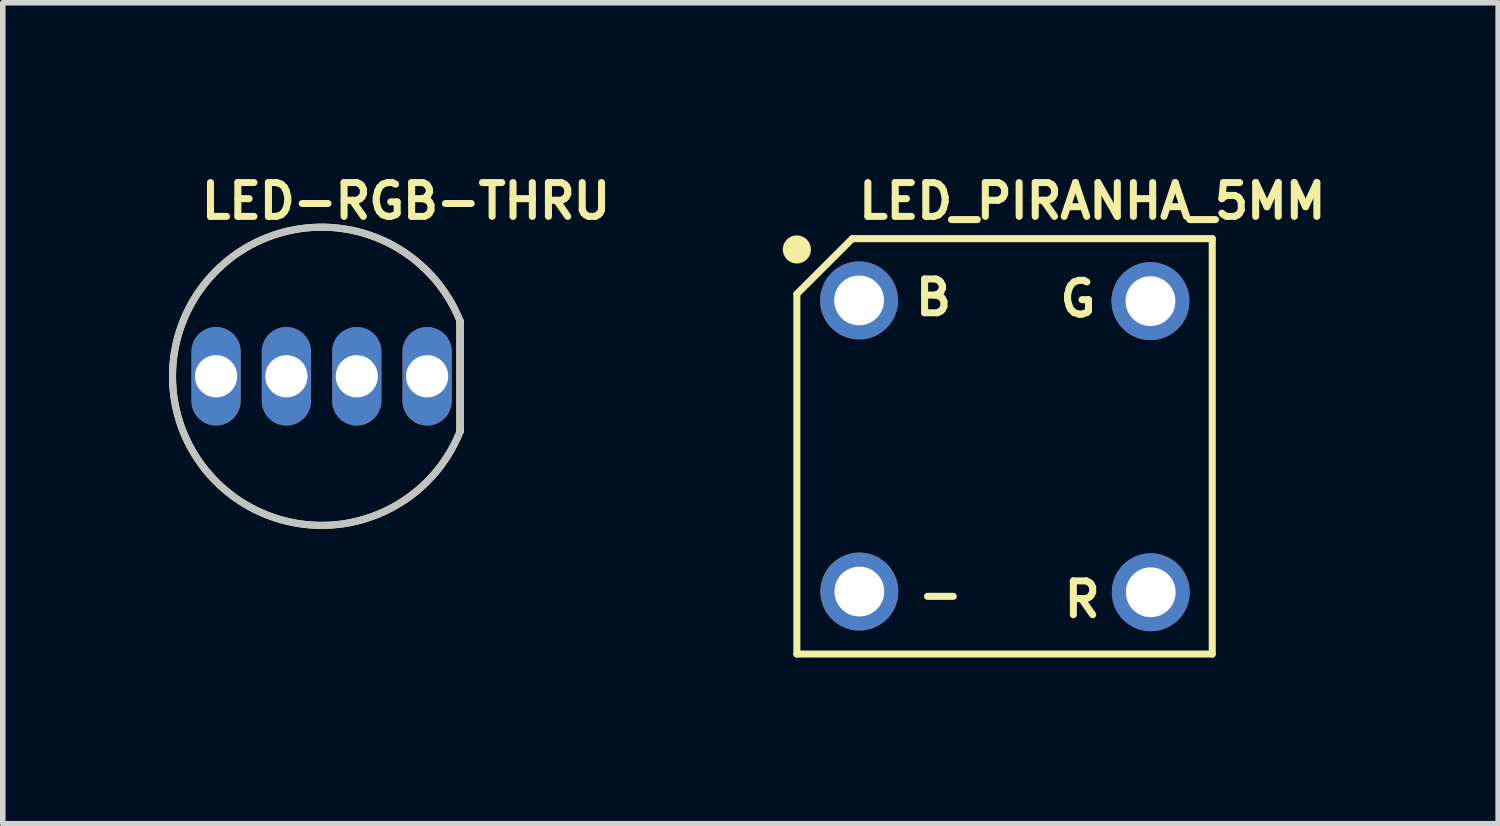
<source format=kicad_pcb>
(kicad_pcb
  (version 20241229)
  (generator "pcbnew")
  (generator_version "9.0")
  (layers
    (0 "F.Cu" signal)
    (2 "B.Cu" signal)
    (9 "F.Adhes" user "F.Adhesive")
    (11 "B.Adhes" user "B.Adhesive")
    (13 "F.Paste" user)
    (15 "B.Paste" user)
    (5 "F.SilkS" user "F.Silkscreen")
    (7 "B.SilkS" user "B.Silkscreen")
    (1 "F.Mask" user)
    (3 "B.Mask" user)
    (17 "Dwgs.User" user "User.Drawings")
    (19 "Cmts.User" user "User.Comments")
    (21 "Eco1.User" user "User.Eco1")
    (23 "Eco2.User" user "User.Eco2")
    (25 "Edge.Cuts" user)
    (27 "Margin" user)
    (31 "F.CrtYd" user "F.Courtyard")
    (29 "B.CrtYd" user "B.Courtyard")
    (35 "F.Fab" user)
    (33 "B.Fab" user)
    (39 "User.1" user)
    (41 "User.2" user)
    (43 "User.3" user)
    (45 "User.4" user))
  (footprint "LED-RGB-THRU"
    (layer "F.Cu")
    (at 2.755 3.742)
    (property "Reference" "LED-RGB-THRU" (at 1.524 -3.162 0) (layer "F.SilkS") (effects (font (size 0.61 0.61) (thickness 0.127))))
    (attr exclude_from_pos_files exclude_from_bom)
    (fp_line (start 2.499 0.998) (end 2.499 -0.998) (stroke (width 0.127) (type solid)) (layer "F.SilkS"))
    (fp_line (start 2.499 0.998) (end 2.499 -0.998) (stroke (width 0.127) (type solid)) (layer "F.SilkS"))
    (fp_arc (start 2.49936 0.99822) (mid -2.691325 0.003698) (end 2.496608 -1.005084) (stroke (width 0.127) (type solid)) (layer "F.SilkS"))
    (fp_line (start 2.499 0.998) (end 2.499 -0.998) (stroke (width 0.127) (type solid)) (layer "Dwgs.User"))
    (fp_arc (start 2.49936 0.99822) (mid -2.691325 0.003698) (end 2.496608 -1.005084) (stroke (width 0.127) (type solid)) (layer "Dwgs.User"))
    (pad "1" thru_hole oval (at 1.905 0 180) (size 0.889 1.778) (drill 0.762) (layers "*.Cu" "*.Paste" "*.Mask"))
    (pad "2" thru_hole oval (at 0.635 0 180) (size 0.889 1.778) (drill 0.762) (layers "*.Cu" "*.Paste" "*.Mask"))
    (pad "3" thru_hole oval (at -0.635 0 180) (size 0.889 1.778) (drill 0.762) (layers "*.Cu" "*.Paste" "*.Mask"))
    (pad "4" thru_hole oval (at -1.905 0 180) (size 0.889 1.778) (drill 0.762) (layers "*.Cu" "*.Paste" "*.Mask")))
  (footprint "LED_PIRANHA_5MM"
    (layer "F.Cu")
    (at 15.144 4.946)
    (property "Reference" "LED_PIRANHA_5MM" (at 1.524 -4.366 0) (layer "F.SilkS") (effects (font (size 0.61 0.61) (thickness 0.127))))
    (attr exclude_from_pos_files exclude_from_bom)
    (fp_line (start -3.81 -2.69) (end -3.81 3.81) (stroke (width 0.127) (type solid)) (layer "F.SilkS"))
    (fp_line (start -3.81 3.81) (end 3.688 3.81) (stroke (width 0.127) (type solid)) (layer "F.SilkS"))
    (fp_line (start -2.809 -3.688) (end -3.81 -2.69) (stroke (width 0.127) (type solid)) (layer "F.SilkS"))
    (fp_line (start 3.688 -3.688) (end -2.809 -3.688) (stroke (width 0.127) (type solid)) (layer "F.SilkS"))
    (fp_line (start 3.688 3.81) (end 3.688 -3.688) (stroke (width 0.127) (type solid)) (layer "F.SilkS"))
    (fp_circle (center -3.81 -3.493) (end -3.81 -3.747) (stroke (width 0) (type solid)) (fill yes) (layer "F.SilkS"))
    (fp_text user "B" (at -1.344 -2.626 0) (layer "F.SilkS") (effects (font (size 0.61 0.61) (thickness 0.127))))
    (fp_text user "R" (at 1.341 2.824 0) (layer "F.SilkS") (effects (font (size 0.61 0.61) (thickness 0.127))))
    (fp_text user "G" (at 1.265 -2.601 0) (layer "F.SilkS") (effects (font (size 0.61 0.61) (thickness 0.127))))
    (fp_text user "-" (at -1.219 2.725 0) (layer "F.SilkS") (effects (font (size 0.61 0.61) (thickness 0.127))))
    (pad "-" thru_hole circle (at -2.682 2.682) (size 1.407 1.407) (drill 0.899) (layers "*.Cu" "*.Paste" "*.Mask"))
    (pad "B" thru_hole circle (at -2.687 -2.573) (size 1.407 1.407) (drill 0.899) (layers "*.Cu" "*.Paste" "*.Mask"))
    (pad "G" thru_hole circle (at 2.573 -2.56) (size 1.407 1.407) (drill 0.899) (layers "*.Cu" "*.Paste" "*.Mask"))
    (pad "R" thru_hole circle (at 2.578 2.695) (size 1.407 1.407) (drill 0.899) (layers "*.Cu" "*.Paste" "*.Mask")))
  (gr_rect
    (start -3 -3)
    (end 23.993 11.819)
    (stroke (width 0.1) (type default))
    (fill no)
    (layer "Edge.Cuts")))
</source>
